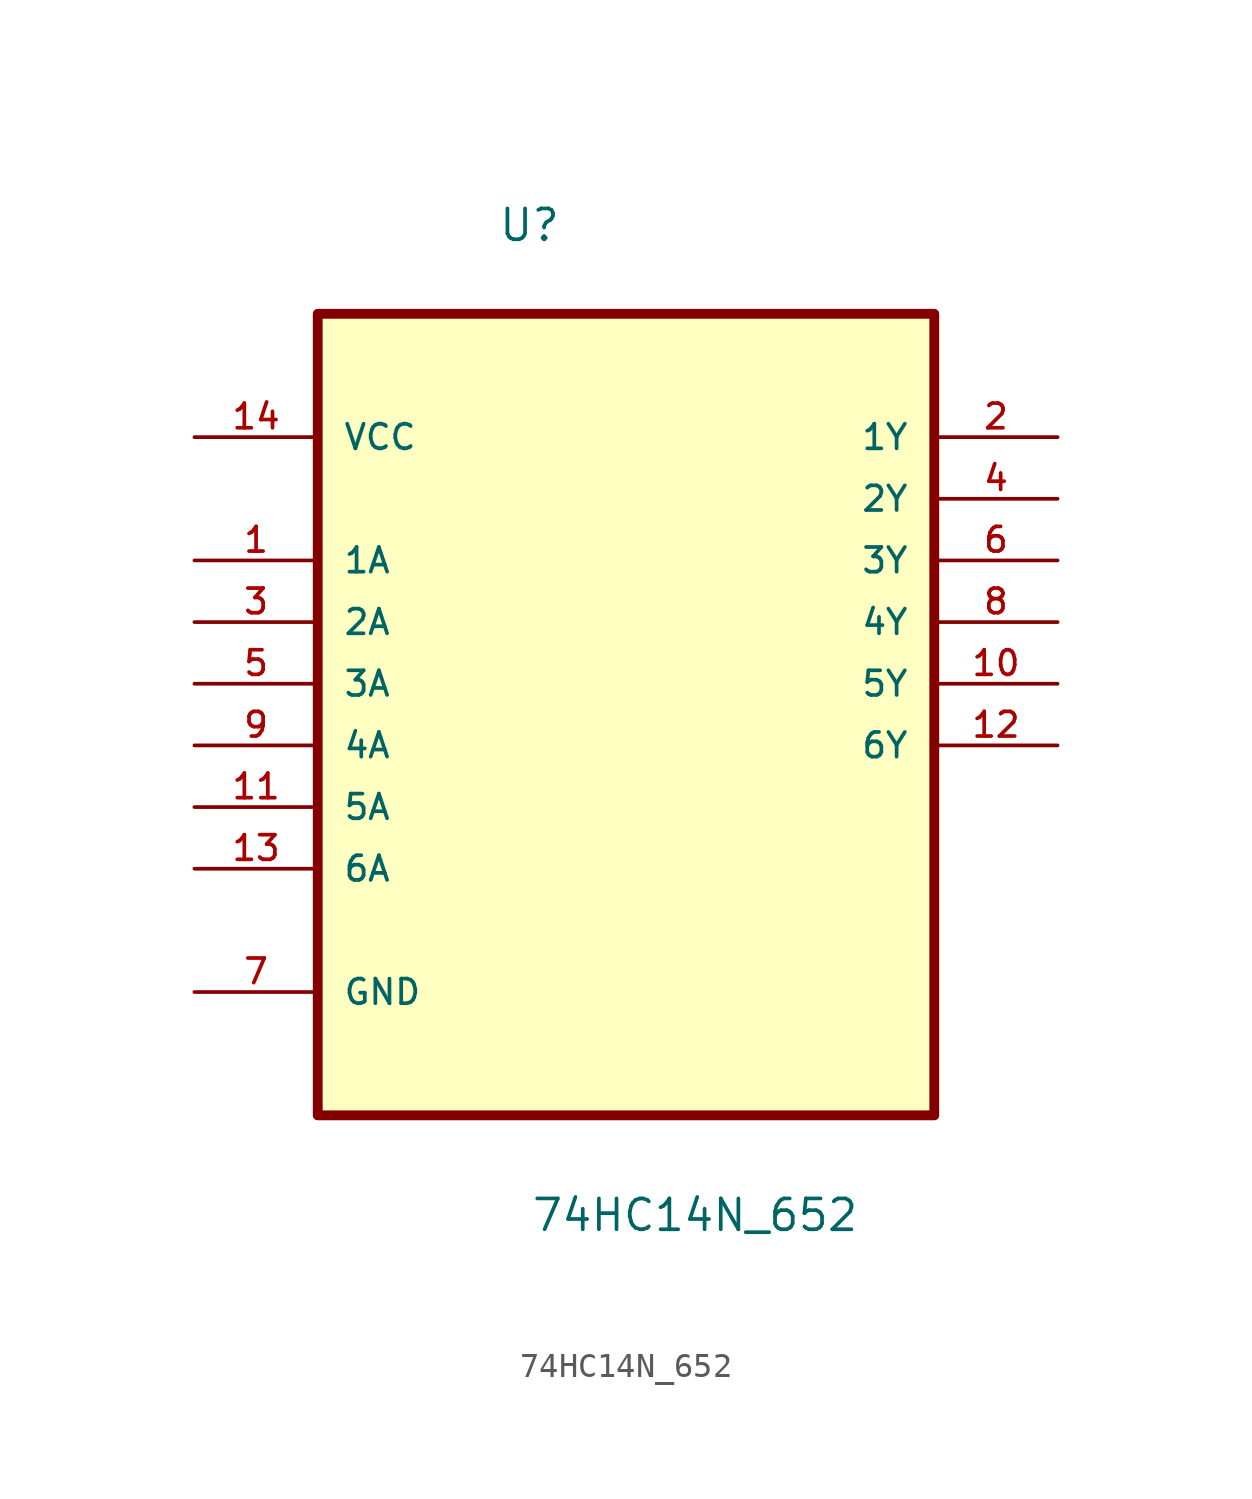
<source format=kicad_sym>
(kicad_symbol_lib
  (version 20211014)
  (generator kicad_symbol_editor)
  (symbol "74HC14N_652"
    (pin_names
      (offset 1.016))
    (property "Reference" "U"
      (at -5.287 15.608 0.0)
      (effects (font (size 1.27 1.27)) (justify bottom left)))
    (property "Value" "74HC14N_652"
      (at -3.938 -25.177 0.0)
      (effects (font (size 1.27 1.27)) (justify bottom left)))
    (symbol "74HC14N_652_0_0"
      (rectangle (start -12.7 -20.32) (end 12.7 12.7) (stroke (width 0.406)) (fill (type background)))
      (pin power_in line (at -17.78 7.62 0) (length 5.08) (name "VCC" (effects (font (size 1.016 1.016)))) (number "14" (effects (font (size 1.016 1.016)))))
      (pin input line (at -17.78 2.54 0) (length 5.08) (name "1A" (effects (font (size 1.016 1.016)))) (number "1" (effects (font (size 1.016 1.016)))))
      (pin input line (at -17.78 0.0 0) (length 5.08) (name "2A" (effects (font (size 1.016 1.016)))) (number "3" (effects (font (size 1.016 1.016)))))
      (pin input line (at -17.78 -2.54 0) (length 5.08) (name "3A" (effects (font (size 1.016 1.016)))) (number "5" (effects (font (size 1.016 1.016)))))
      (pin input line (at -17.78 -5.08 0) (length 5.08) (name "4A" (effects (font (size 1.016 1.016)))) (number "9" (effects (font (size 1.016 1.016)))))
      (pin input line (at -17.78 -7.62 0) (length 5.08) (name "5A" (effects (font (size 1.016 1.016)))) (number "11" (effects (font (size 1.016 1.016)))))
      (pin input line (at -17.78 -10.16 0) (length 5.08) (name "6A" (effects (font (size 1.016 1.016)))) (number "13" (effects (font (size 1.016 1.016)))))
      (pin passive line (at -17.78 -15.24 0) (length 5.08) (name "GND" (effects (font (size 1.016 1.016)))) (number "7" (effects (font (size 1.016 1.016)))))
      (pin output line (at 17.78 7.62 180.0) (length 5.08) (name "1Y" (effects (font (size 1.016 1.016)))) (number "2" (effects (font (size 1.016 1.016)))))
      (pin output line (at 17.78 5.08 180.0) (length 5.08) (name "2Y" (effects (font (size 1.016 1.016)))) (number "4" (effects (font (size 1.016 1.016)))))
      (pin output line (at 17.78 2.54 180.0) (length 5.08) (name "3Y" (effects (font (size 1.016 1.016)))) (number "6" (effects (font (size 1.016 1.016)))))
      (pin output line (at 17.78 0.0 180.0) (length 5.08) (name "4Y" (effects (font (size 1.016 1.016)))) (number "8" (effects (font (size 1.016 1.016)))))
      (pin output line (at 17.78 -2.54 180.0) (length 5.08) (name "5Y" (effects (font (size 1.016 1.016)))) (number "10" (effects (font (size 1.016 1.016)))))
      (pin output line (at 17.78 -5.08 180.0) (length 5.08) (name "6Y" (effects (font (size 1.016 1.016)))) (number "12" (effects (font (size 1.016 1.016))))))))
</source>
